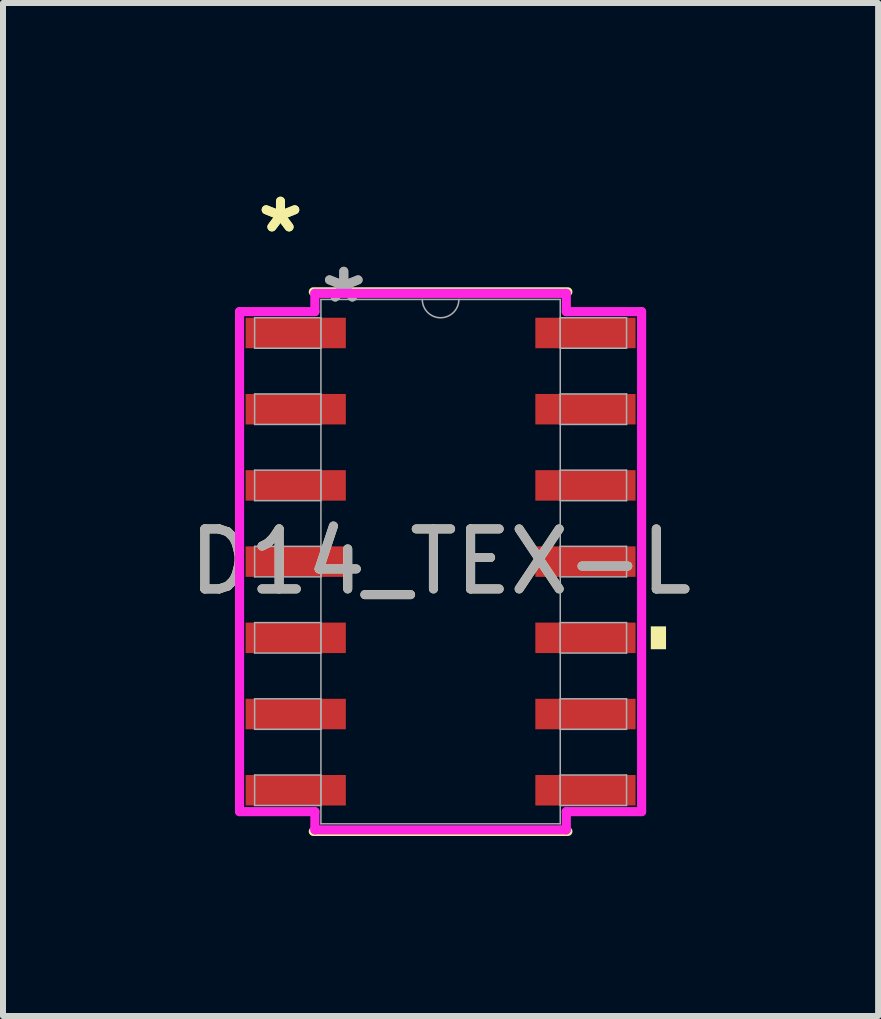
<source format=kicad_pcb>
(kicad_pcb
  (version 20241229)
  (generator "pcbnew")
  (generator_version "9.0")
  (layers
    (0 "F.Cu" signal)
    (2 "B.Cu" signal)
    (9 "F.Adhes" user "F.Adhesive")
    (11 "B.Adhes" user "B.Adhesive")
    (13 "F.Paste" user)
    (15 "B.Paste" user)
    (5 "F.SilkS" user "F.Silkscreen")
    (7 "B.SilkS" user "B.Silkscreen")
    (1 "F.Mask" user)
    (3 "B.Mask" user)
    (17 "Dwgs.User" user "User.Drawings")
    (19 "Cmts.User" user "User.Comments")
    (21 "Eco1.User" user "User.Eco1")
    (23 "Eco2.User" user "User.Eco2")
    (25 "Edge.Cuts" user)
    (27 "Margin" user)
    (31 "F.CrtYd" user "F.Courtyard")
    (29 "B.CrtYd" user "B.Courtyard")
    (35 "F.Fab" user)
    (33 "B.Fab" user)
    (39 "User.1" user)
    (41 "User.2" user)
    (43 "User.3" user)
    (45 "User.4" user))
  (footprint "D14_TEX-L"
    (layer "F.Cu")
    (at 4.292 6.309)
    (property "Reference" "D14_TEX-L" (at 0 0 0) (unlocked yes) (layer "F.SilkS") (effects (font (size 1 1) (thickness 0.15))))
    (attr smd)
    (fp_line (start -2.121 4.496) (end 2.121 4.496) (stroke (width 0.152) (type solid)) (layer "F.SilkS"))
    (fp_line (start 2.121 -4.496) (end -2.121 -4.496) (stroke (width 0.152) (type solid)) (layer "F.SilkS"))
    (fp_poly (pts (xy 3.757 1.079) (xy 3.757 1.46) (xy 3.503 1.46) (xy 3.503 1.079)) (stroke (width 0) (type solid)) (fill yes) (layer "F.SilkS"))
    (fp_line (start -3.35 -4.166) (end -2.095 -4.166) (stroke (width 0.152) (type solid)) (layer "F.CrtYd"))
    (fp_line (start -3.35 4.166) (end -3.35 -4.166) (stroke (width 0.152) (type solid)) (layer "F.CrtYd"))
    (fp_line (start -3.35 4.166) (end -2.095 4.166) (stroke (width 0.152) (type solid)) (layer "F.CrtYd"))
    (fp_line (start -2.095 -4.47) (end 2.095 -4.47) (stroke (width 0.152) (type solid)) (layer "F.CrtYd"))
    (fp_line (start -2.095 -4.166) (end -2.095 -4.47) (stroke (width 0.152) (type solid)) (layer "F.CrtYd"))
    (fp_line (start -2.095 4.47) (end -2.095 4.166) (stroke (width 0.152) (type solid)) (layer "F.CrtYd"))
    (fp_line (start 2.095 -4.47) (end 2.095 -4.166) (stroke (width 0.152) (type solid)) (layer "F.CrtYd"))
    (fp_line (start 2.095 4.166) (end 2.095 4.47) (stroke (width 0.152) (type solid)) (layer "F.CrtYd"))
    (fp_line (start 2.095 4.47) (end -2.095 4.47) (stroke (width 0.152) (type solid)) (layer "F.CrtYd"))
    (fp_line (start 3.35 -4.166) (end 2.095 -4.166) (stroke (width 0.152) (type solid)) (layer "F.CrtYd"))
    (fp_line (start 3.35 -4.166) (end 3.35 4.166) (stroke (width 0.152) (type solid)) (layer "F.CrtYd"))
    (fp_line (start 3.35 4.166) (end 2.095 4.166) (stroke (width 0.152) (type solid)) (layer "F.CrtYd"))
    (fp_line (start -3.099 -4.064) (end -3.099 -3.556) (stroke (width 0.025) (type solid)) (layer "F.Fab"))
    (fp_line (start -3.099 -3.556) (end -1.994 -3.556) (stroke (width 0.025) (type solid)) (layer "F.Fab"))
    (fp_line (start -3.099 -2.794) (end -3.099 -2.286) (stroke (width 0.025) (type solid)) (layer "F.Fab"))
    (fp_line (start -3.099 -2.286) (end -1.994 -2.286) (stroke (width 0.025) (type solid)) (layer "F.Fab"))
    (fp_line (start -3.099 -1.524) (end -3.099 -1.016) (stroke (width 0.025) (type solid)) (layer "F.Fab"))
    (fp_line (start -3.099 -1.016) (end -1.994 -1.016) (stroke (width 0.025) (type solid)) (layer "F.Fab"))
    (fp_line (start -3.099 -0.254) (end -3.099 0.254) (stroke (width 0.025) (type solid)) (layer "F.Fab"))
    (fp_line (start -3.099 0.254) (end -1.994 0.254) (stroke (width 0.025) (type solid)) (layer "F.Fab"))
    (fp_line (start -3.099 1.016) (end -3.099 1.524) (stroke (width 0.025) (type solid)) (layer "F.Fab"))
    (fp_line (start -3.099 1.524) (end -1.994 1.524) (stroke (width 0.025) (type solid)) (layer "F.Fab"))
    (fp_line (start -3.099 2.286) (end -3.099 2.794) (stroke (width 0.025) (type solid)) (layer "F.Fab"))
    (fp_line (start -3.099 2.794) (end -1.994 2.794) (stroke (width 0.025) (type solid)) (layer "F.Fab"))
    (fp_line (start -3.099 3.556) (end -3.099 4.064) (stroke (width 0.025) (type solid)) (layer "F.Fab"))
    (fp_line (start -3.099 4.064) (end -1.994 4.064) (stroke (width 0.025) (type solid)) (layer "F.Fab"))
    (fp_line (start -1.994 -4.369) (end -1.994 4.369) (stroke (width 0.025) (type solid)) (layer "F.Fab"))
    (fp_line (start -1.994 -4.064) (end -3.099 -4.064) (stroke (width 0.025) (type solid)) (layer "F.Fab"))
    (fp_line (start -1.994 -3.556) (end -1.994 -4.064) (stroke (width 0.025) (type solid)) (layer "F.Fab"))
    (fp_line (start -1.994 -2.794) (end -3.099 -2.794) (stroke (width 0.025) (type solid)) (layer "F.Fab"))
    (fp_line (start -1.994 -2.286) (end -1.994 -2.794) (stroke (width 0.025) (type solid)) (layer "F.Fab"))
    (fp_line (start -1.994 -1.524) (end -3.099 -1.524) (stroke (width 0.025) (type solid)) (layer "F.Fab"))
    (fp_line (start -1.994 -1.016) (end -1.994 -1.524) (stroke (width 0.025) (type solid)) (layer "F.Fab"))
    (fp_line (start -1.994 -0.254) (end -3.099 -0.254) (stroke (width 0.025) (type solid)) (layer "F.Fab"))
    (fp_line (start -1.994 0.254) (end -1.994 -0.254) (stroke (width 0.025) (type solid)) (layer "F.Fab"))
    (fp_line (start -1.994 1.016) (end -3.099 1.016) (stroke (width 0.025) (type solid)) (layer "F.Fab"))
    (fp_line (start -1.994 1.524) (end -1.994 1.016) (stroke (width 0.025) (type solid)) (layer "F.Fab"))
    (fp_line (start -1.994 2.286) (end -3.099 2.286) (stroke (width 0.025) (type solid)) (layer "F.Fab"))
    (fp_line (start -1.994 2.794) (end -1.994 2.286) (stroke (width 0.025) (type solid)) (layer "F.Fab"))
    (fp_line (start -1.994 3.556) (end -3.099 3.556) (stroke (width 0.025) (type solid)) (layer "F.Fab"))
    (fp_line (start -1.994 4.064) (end -1.994 3.556) (stroke (width 0.025) (type solid)) (layer "F.Fab"))
    (fp_line (start -1.994 4.369) (end 1.994 4.369) (stroke (width 0.025) (type solid)) (layer "F.Fab"))
    (fp_line (start 1.994 -4.369) (end -1.994 -4.369) (stroke (width 0.025) (type solid)) (layer "F.Fab"))
    (fp_line (start 1.994 -4.064) (end 1.994 -3.556) (stroke (width 0.025) (type solid)) (layer "F.Fab"))
    (fp_line (start 1.994 -3.556) (end 3.099 -3.556) (stroke (width 0.025) (type solid)) (layer "F.Fab"))
    (fp_line (start 1.994 -2.794) (end 1.994 -2.286) (stroke (width 0.025) (type solid)) (layer "F.Fab"))
    (fp_line (start 1.994 -2.286) (end 3.099 -2.286) (stroke (width 0.025) (type solid)) (layer "F.Fab"))
    (fp_line (start 1.994 -1.524) (end 1.994 -1.016) (stroke (width 0.025) (type solid)) (layer "F.Fab"))
    (fp_line (start 1.994 -1.016) (end 3.099 -1.016) (stroke (width 0.025) (type solid)) (layer "F.Fab"))
    (fp_line (start 1.994 -0.254) (end 1.994 0.254) (stroke (width 0.025) (type solid)) (layer "F.Fab"))
    (fp_line (start 1.994 0.254) (end 3.099 0.254) (stroke (width 0.025) (type solid)) (layer "F.Fab"))
    (fp_line (start 1.994 1.016) (end 1.994 1.524) (stroke (width 0.025) (type solid)) (layer "F.Fab"))
    (fp_line (start 1.994 1.524) (end 3.099 1.524) (stroke (width 0.025) (type solid)) (layer "F.Fab"))
    (fp_line (start 1.994 2.286) (end 1.994 2.794) (stroke (width 0.025) (type solid)) (layer "F.Fab"))
    (fp_line (start 1.994 2.794) (end 3.099 2.794) (stroke (width 0.025) (type solid)) (layer "F.Fab"))
    (fp_line (start 1.994 3.556) (end 1.994 4.064) (stroke (width 0.025) (type solid)) (layer "F.Fab"))
    (fp_line (start 1.994 4.064) (end 3.099 4.064) (stroke (width 0.025) (type solid)) (layer "F.Fab"))
    (fp_line (start 1.994 4.369) (end 1.994 -4.369) (stroke (width 0.025) (type solid)) (layer "F.Fab"))
    (fp_line (start 3.099 -4.064) (end 1.994 -4.064) (stroke (width 0.025) (type solid)) (layer "F.Fab"))
    (fp_line (start 3.099 -3.556) (end 3.099 -4.064) (stroke (width 0.025) (type solid)) (layer "F.Fab"))
    (fp_line (start 3.099 -2.794) (end 1.994 -2.794) (stroke (width 0.025) (type solid)) (layer "F.Fab"))
    (fp_line (start 3.099 -2.286) (end 3.099 -2.794) (stroke (width 0.025) (type solid)) (layer "F.Fab"))
    (fp_line (start 3.099 -1.524) (end 1.994 -1.524) (stroke (width 0.025) (type solid)) (layer "F.Fab"))
    (fp_line (start 3.099 -1.016) (end 3.099 -1.524) (stroke (width 0.025) (type solid)) (layer "F.Fab"))
    (fp_line (start 3.099 -0.254) (end 1.994 -0.254) (stroke (width 0.025) (type solid)) (layer "F.Fab"))
    (fp_line (start 3.099 0.254) (end 3.099 -0.254) (stroke (width 0.025) (type solid)) (layer "F.Fab"))
    (fp_line (start 3.099 1.016) (end 1.994 1.016) (stroke (width 0.025) (type solid)) (layer "F.Fab"))
    (fp_line (start 3.099 1.524) (end 3.099 1.016) (stroke (width 0.025) (type solid)) (layer "F.Fab"))
    (fp_line (start 3.099 2.286) (end 1.994 2.286) (stroke (width 0.025) (type solid)) (layer "F.Fab"))
    (fp_line (start 3.099 2.794) (end 3.099 2.286) (stroke (width 0.025) (type solid)) (layer "F.Fab"))
    (fp_line (start 3.099 3.556) (end 1.994 3.556) (stroke (width 0.025) (type solid)) (layer "F.Fab"))
    (fp_line (start 3.099 4.064) (end 3.099 3.556) (stroke (width 0.025) (type solid)) (layer "F.Fab"))
    (fp_arc (start 0.3048 -4.3688) (mid 0 -4.064) (end -0.3048 -4.3688) (stroke (width 0.0254) (type solid)) (layer "F.Fab"))
    (fp_text user "*" (at -2.668 -5.461 0) (unlocked yes) (layer "F.SilkS") (effects (font (size 1 1) (thickness 0.15))))
    (fp_text user "*" (at -2.668 -5.461 0) (layer "F.SilkS") (effects (font (size 1 1) (thickness 0.15))))
    (fp_text user "*" (at -1.613 -4.293 0) (layer "F.Fab") (effects (font (size 1 1) (thickness 0.15))))
    (fp_text user "*" (at -1.613 -4.293 0) (unlocked yes) (layer "F.Fab") (effects (font (size 1 1) (thickness 0.15))))
    (fp_text user "${REFERENCE}" (at 0 0 0) (unlocked yes) (layer "F.Fab") (effects (font (size 1 1) (thickness 0.15))))
    (pad "1" smd rect (at -2.414 -3.81) (size 1.67 0.508) (layers "F.Cu" "F.Mask" "F.Paste"))
    (pad "2" smd rect (at -2.414 -2.54) (size 1.67 0.508) (layers "F.Cu" "F.Mask" "F.Paste"))
    (pad "3" smd rect (at -2.414 -1.27) (size 1.67 0.508) (layers "F.Cu" "F.Mask" "F.Paste"))
    (pad "4" smd rect (at -2.414 0) (size 1.67 0.508) (layers "F.Cu" "F.Mask" "F.Paste"))
    (pad "5" smd rect (at -2.414 1.27) (size 1.67 0.508) (layers "F.Cu" "F.Mask" "F.Paste"))
    (pad "6" smd rect (at -2.414 2.54) (size 1.67 0.508) (layers "F.Cu" "F.Mask" "F.Paste"))
    (pad "7" smd rect (at -2.414 3.81) (size 1.67 0.508) (layers "F.Cu" "F.Mask" "F.Paste"))
    (pad "8" smd rect (at 2.414 3.81) (size 1.67 0.508) (layers "F.Cu" "F.Mask" "F.Paste"))
    (pad "9" smd rect (at 2.414 2.54) (size 1.67 0.508) (layers "F.Cu" "F.Mask" "F.Paste"))
    (pad "10" smd rect (at 2.414 1.27) (size 1.67 0.508) (layers "F.Cu" "F.Mask" "F.Paste"))
    (pad "11" smd rect (at 2.414 0) (size 1.67 0.508) (layers "F.Cu" "F.Mask" "F.Paste"))
    (pad "12" smd rect (at 2.414 -1.27) (size 1.67 0.508) (layers "F.Cu" "F.Mask" "F.Paste"))
    (pad "13" smd rect (at 2.414 -2.54) (size 1.67 0.508) (layers "F.Cu" "F.Mask" "F.Paste"))
    (pad "14" smd rect (at 2.414 -3.81) (size 1.67 0.508) (layers "F.Cu" "F.Mask" "F.Paste")))
  (gr_rect
    (start -3 -3)
    (end 11.583 13.881)
    (stroke (width 0.1) (type default))
    (fill no)
    (layer "Edge.Cuts")))
</source>
